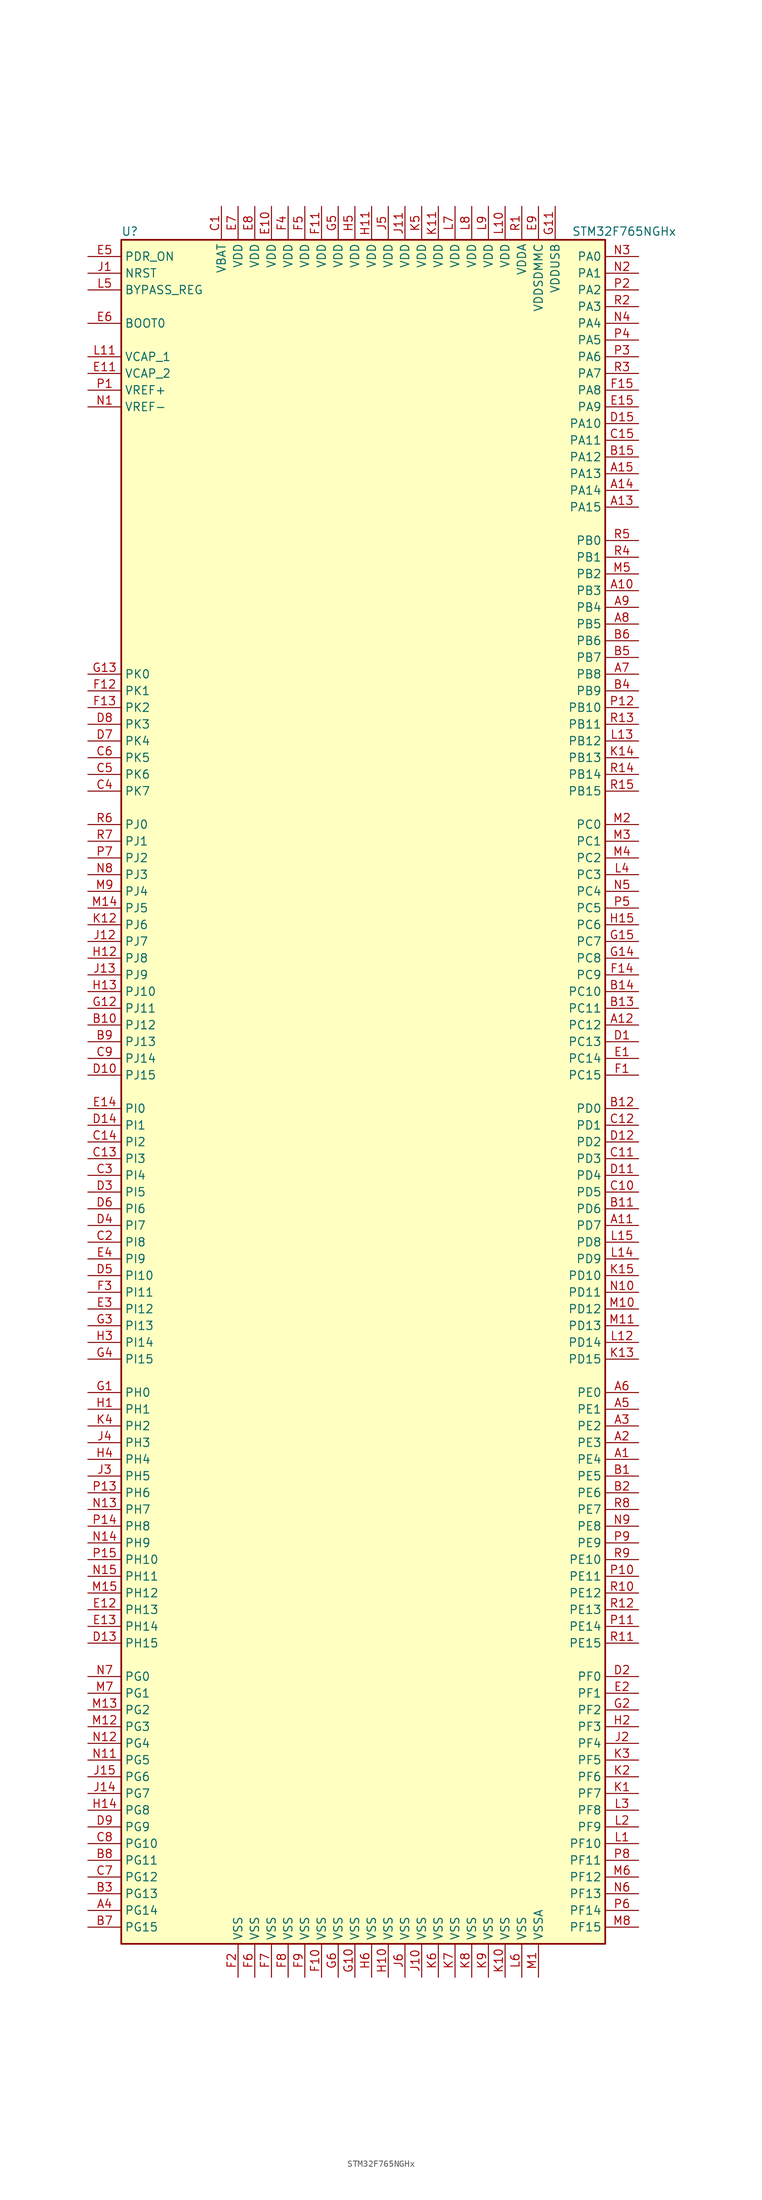
<source format=kicad_sym>
(kicad_symbol_lib
  (version 20201005)
  (generator kicad_symbol_editor)
  (symbol "STM32F765NGHx"
    (property "Reference" "U"
      (at -38.1 130.81 0)
      (effects (font (size 1.27 1.27)) (justify left)))
    (property "Value" "STM32F765NGHx"
      (at 30.48 130.81 0)
      (effects (font (size 1.27 1.27)) (justify left)))
    (symbol "STM32F765NGHx_0_1"
      (rectangle (start -38.1 -129.54) (end 35.56 129.54) (stroke (width 0.254)) (fill (type background))))
    (symbol "STM32F765NGHx_1_1"
      (pin input line (at -43.18 116.84 0) (length 5.08) (name "BOOT0" (effects (font (size 1.27 1.27)))) (number "E6" (effects (font (size 1.27 1.27)))))
      (pin input line (at -43.18 121.92 0) (length 5.08) (name "BYPASS_REG" (effects (font (size 1.27 1.27)))) (number "L5" (effects (font (size 1.27 1.27)))))
      (pin input line (at -43.18 124.46 0) (length 5.08) (name "NRST" (effects (font (size 1.27 1.27)))) (number "J1" (effects (font (size 1.27 1.27)))))
      (pin bidirectional line (at 40.64 127 180) (length 5.08) (name "PA0" (effects (font (size 1.27 1.27)))) (number "N3" (effects (font (size 1.27 1.27)))))
      (pin bidirectional line (at 40.64 124.46 180) (length 5.08) (name "PA1" (effects (font (size 1.27 1.27)))) (number "N2" (effects (font (size 1.27 1.27)))))
      (pin bidirectional line (at 40.64 101.6 180) (length 5.08) (name "PA10" (effects (font (size 1.27 1.27)))) (number "D15" (effects (font (size 1.27 1.27)))))
      (pin bidirectional line (at 40.64 99.06 180) (length 5.08) (name "PA11" (effects (font (size 1.27 1.27)))) (number "C15" (effects (font (size 1.27 1.27)))))
      (pin bidirectional line (at 40.64 96.52 180) (length 5.08) (name "PA12" (effects (font (size 1.27 1.27)))) (number "B15" (effects (font (size 1.27 1.27)))))
      (pin bidirectional line (at 40.64 93.98 180) (length 5.08) (name "PA13" (effects (font (size 1.27 1.27)))) (number "A15" (effects (font (size 1.27 1.27)))))
      (pin bidirectional line (at 40.64 91.44 180) (length 5.08) (name "PA14" (effects (font (size 1.27 1.27)))) (number "A14" (effects (font (size 1.27 1.27)))))
      (pin bidirectional line (at 40.64 88.9 180) (length 5.08) (name "PA15" (effects (font (size 1.27 1.27)))) (number "A13" (effects (font (size 1.27 1.27)))))
      (pin bidirectional line (at 40.64 121.92 180) (length 5.08) (name "PA2" (effects (font (size 1.27 1.27)))) (number "P2" (effects (font (size 1.27 1.27)))))
      (pin bidirectional line (at 40.64 119.38 180) (length 5.08) (name "PA3" (effects (font (size 1.27 1.27)))) (number "R2" (effects (font (size 1.27 1.27)))))
      (pin bidirectional line (at 40.64 116.84 180) (length 5.08) (name "PA4" (effects (font (size 1.27 1.27)))) (number "N4" (effects (font (size 1.27 1.27)))))
      (pin bidirectional line (at 40.64 114.3 180) (length 5.08) (name "PA5" (effects (font (size 1.27 1.27)))) (number "P4" (effects (font (size 1.27 1.27)))))
      (pin bidirectional line (at 40.64 111.76 180) (length 5.08) (name "PA6" (effects (font (size 1.27 1.27)))) (number "P3" (effects (font (size 1.27 1.27)))))
      (pin bidirectional line (at 40.64 109.22 180) (length 5.08) (name "PA7" (effects (font (size 1.27 1.27)))) (number "R3" (effects (font (size 1.27 1.27)))))
      (pin bidirectional line (at 40.64 106.68 180) (length 5.08) (name "PA8" (effects (font (size 1.27 1.27)))) (number "F15" (effects (font (size 1.27 1.27)))))
      (pin bidirectional line (at 40.64 104.14 180) (length 5.08) (name "PA9" (effects (font (size 1.27 1.27)))) (number "E15" (effects (font (size 1.27 1.27)))))
      (pin bidirectional line (at 40.64 83.82 180) (length 5.08) (name "PB0" (effects (font (size 1.27 1.27)))) (number "R5" (effects (font (size 1.27 1.27)))))
      (pin bidirectional line (at 40.64 81.28 180) (length 5.08) (name "PB1" (effects (font (size 1.27 1.27)))) (number "R4" (effects (font (size 1.27 1.27)))))
      (pin bidirectional line (at 40.64 58.42 180) (length 5.08) (name "PB10" (effects (font (size 1.27 1.27)))) (number "P12" (effects (font (size 1.27 1.27)))))
      (pin bidirectional line (at 40.64 55.88 180) (length 5.08) (name "PB11" (effects (font (size 1.27 1.27)))) (number "R13" (effects (font (size 1.27 1.27)))))
      (pin bidirectional line (at 40.64 53.34 180) (length 5.08) (name "PB12" (effects (font (size 1.27 1.27)))) (number "L13" (effects (font (size 1.27 1.27)))))
      (pin bidirectional line (at 40.64 50.8 180) (length 5.08) (name "PB13" (effects (font (size 1.27 1.27)))) (number "K14" (effects (font (size 1.27 1.27)))))
      (pin bidirectional line (at 40.64 48.26 180) (length 5.08) (name "PB14" (effects (font (size 1.27 1.27)))) (number "R14" (effects (font (size 1.27 1.27)))))
      (pin bidirectional line (at 40.64 45.72 180) (length 5.08) (name "PB15" (effects (font (size 1.27 1.27)))) (number "R15" (effects (font (size 1.27 1.27)))))
      (pin bidirectional line (at 40.64 78.74 180) (length 5.08) (name "PB2" (effects (font (size 1.27 1.27)))) (number "M5" (effects (font (size 1.27 1.27)))))
      (pin bidirectional line (at 40.64 76.2 180) (length 5.08) (name "PB3" (effects (font (size 1.27 1.27)))) (number "A10" (effects (font (size 1.27 1.27)))))
      (pin bidirectional line (at 40.64 73.66 180) (length 5.08) (name "PB4" (effects (font (size 1.27 1.27)))) (number "A9" (effects (font (size 1.27 1.27)))))
      (pin bidirectional line (at 40.64 71.12 180) (length 5.08) (name "PB5" (effects (font (size 1.27 1.27)))) (number "A8" (effects (font (size 1.27 1.27)))))
      (pin bidirectional line (at 40.64 68.58 180) (length 5.08) (name "PB6" (effects (font (size 1.27 1.27)))) (number "B6" (effects (font (size 1.27 1.27)))))
      (pin bidirectional line (at 40.64 66.04 180) (length 5.08) (name "PB7" (effects (font (size 1.27 1.27)))) (number "B5" (effects (font (size 1.27 1.27)))))
      (pin bidirectional line (at 40.64 63.5 180) (length 5.08) (name "PB8" (effects (font (size 1.27 1.27)))) (number "A7" (effects (font (size 1.27 1.27)))))
      (pin bidirectional line (at 40.64 60.96 180) (length 5.08) (name "PB9" (effects (font (size 1.27 1.27)))) (number "B4" (effects (font (size 1.27 1.27)))))
      (pin bidirectional line (at 40.64 40.64 180) (length 5.08) (name "PC0" (effects (font (size 1.27 1.27)))) (number "M2" (effects (font (size 1.27 1.27)))))
      (pin bidirectional line (at 40.64 38.1 180) (length 5.08) (name "PC1" (effects (font (size 1.27 1.27)))) (number "M3" (effects (font (size 1.27 1.27)))))
      (pin bidirectional line (at 40.64 15.24 180) (length 5.08) (name "PC10" (effects (font (size 1.27 1.27)))) (number "B14" (effects (font (size 1.27 1.27)))))
      (pin bidirectional line (at 40.64 12.7 180) (length 5.08) (name "PC11" (effects (font (size 1.27 1.27)))) (number "B13" (effects (font (size 1.27 1.27)))))
      (pin bidirectional line (at 40.64 10.16 180) (length 5.08) (name "PC12" (effects (font (size 1.27 1.27)))) (number "A12" (effects (font (size 1.27 1.27)))))
      (pin bidirectional line (at 40.64 7.62 180) (length 5.08) (name "PC13" (effects (font (size 1.27 1.27)))) (number "D1" (effects (font (size 1.27 1.27)))))
      (pin bidirectional line (at 40.64 5.08 180) (length 5.08) (name "PC14" (effects (font (size 1.27 1.27)))) (number "E1" (effects (font (size 1.27 1.27)))))
      (pin bidirectional line (at 40.64 2.54 180) (length 5.08) (name "PC15" (effects (font (size 1.27 1.27)))) (number "F1" (effects (font (size 1.27 1.27)))))
      (pin bidirectional line (at 40.64 35.56 180) (length 5.08) (name "PC2" (effects (font (size 1.27 1.27)))) (number "M4" (effects (font (size 1.27 1.27)))))
      (pin bidirectional line (at 40.64 33.02 180) (length 5.08) (name "PC3" (effects (font (size 1.27 1.27)))) (number "L4" (effects (font (size 1.27 1.27)))))
      (pin bidirectional line (at 40.64 30.48 180) (length 5.08) (name "PC4" (effects (font (size 1.27 1.27)))) (number "N5" (effects (font (size 1.27 1.27)))))
      (pin bidirectional line (at 40.64 27.94 180) (length 5.08) (name "PC5" (effects (font (size 1.27 1.27)))) (number "P5" (effects (font (size 1.27 1.27)))))
      (pin bidirectional line (at 40.64 25.4 180) (length 5.08) (name "PC6" (effects (font (size 1.27 1.27)))) (number "H15" (effects (font (size 1.27 1.27)))))
      (pin bidirectional line (at 40.64 22.86 180) (length 5.08) (name "PC7" (effects (font (size 1.27 1.27)))) (number "G15" (effects (font (size 1.27 1.27)))))
      (pin bidirectional line (at 40.64 20.32 180) (length 5.08) (name "PC8" (effects (font (size 1.27 1.27)))) (number "G14" (effects (font (size 1.27 1.27)))))
      (pin bidirectional line (at 40.64 17.78 180) (length 5.08) (name "PC9" (effects (font (size 1.27 1.27)))) (number "F14" (effects (font (size 1.27 1.27)))))
      (pin bidirectional line (at 40.64 -2.54 180) (length 5.08) (name "PD0" (effects (font (size 1.27 1.27)))) (number "B12" (effects (font (size 1.27 1.27)))))
      (pin bidirectional line (at 40.64 -5.08 180) (length 5.08) (name "PD1" (effects (font (size 1.27 1.27)))) (number "C12" (effects (font (size 1.27 1.27)))))
      (pin bidirectional line (at 40.64 -27.94 180) (length 5.08) (name "PD10" (effects (font (size 1.27 1.27)))) (number "K15" (effects (font (size 1.27 1.27)))))
      (pin bidirectional line (at 40.64 -30.48 180) (length 5.08) (name "PD11" (effects (font (size 1.27 1.27)))) (number "N10" (effects (font (size 1.27 1.27)))))
      (pin bidirectional line (at 40.64 -33.02 180) (length 5.08) (name "PD12" (effects (font (size 1.27 1.27)))) (number "M10" (effects (font (size 1.27 1.27)))))
      (pin bidirectional line (at 40.64 -35.56 180) (length 5.08) (name "PD13" (effects (font (size 1.27 1.27)))) (number "M11" (effects (font (size 1.27 1.27)))))
      (pin bidirectional line (at 40.64 -38.1 180) (length 5.08) (name "PD14" (effects (font (size 1.27 1.27)))) (number "L12" (effects (font (size 1.27 1.27)))))
      (pin bidirectional line (at 40.64 -40.64 180) (length 5.08) (name "PD15" (effects (font (size 1.27 1.27)))) (number "K13" (effects (font (size 1.27 1.27)))))
      (pin bidirectional line (at 40.64 -7.62 180) (length 5.08) (name "PD2" (effects (font (size 1.27 1.27)))) (number "D12" (effects (font (size 1.27 1.27)))))
      (pin bidirectional line (at 40.64 -10.16 180) (length 5.08) (name "PD3" (effects (font (size 1.27 1.27)))) (number "C11" (effects (font (size 1.27 1.27)))))
      (pin bidirectional line (at 40.64 -12.7 180) (length 5.08) (name "PD4" (effects (font (size 1.27 1.27)))) (number "D11" (effects (font (size 1.27 1.27)))))
      (pin bidirectional line (at 40.64 -15.24 180) (length 5.08) (name "PD5" (effects (font (size 1.27 1.27)))) (number "C10" (effects (font (size 1.27 1.27)))))
      (pin bidirectional line (at 40.64 -17.78 180) (length 5.08) (name "PD6" (effects (font (size 1.27 1.27)))) (number "B11" (effects (font (size 1.27 1.27)))))
      (pin bidirectional line (at 40.64 -20.32 180) (length 5.08) (name "PD7" (effects (font (size 1.27 1.27)))) (number "A11" (effects (font (size 1.27 1.27)))))
      (pin bidirectional line (at 40.64 -22.86 180) (length 5.08) (name "PD8" (effects (font (size 1.27 1.27)))) (number "L15" (effects (font (size 1.27 1.27)))))
      (pin bidirectional line (at 40.64 -25.4 180) (length 5.08) (name "PD9" (effects (font (size 1.27 1.27)))) (number "L14" (effects (font (size 1.27 1.27)))))
      (pin input line (at -43.18 127 0) (length 5.08) (name "PDR_ON" (effects (font (size 1.27 1.27)))) (number "E5" (effects (font (size 1.27 1.27)))))
      (pin bidirectional line (at 40.64 -45.72 180) (length 5.08) (name "PE0" (effects (font (size 1.27 1.27)))) (number "A6" (effects (font (size 1.27 1.27)))))
      (pin bidirectional line (at 40.64 -48.26 180) (length 5.08) (name "PE1" (effects (font (size 1.27 1.27)))) (number "A5" (effects (font (size 1.27 1.27)))))
      (pin bidirectional line (at 40.64 -71.12 180) (length 5.08) (name "PE10" (effects (font (size 1.27 1.27)))) (number "R9" (effects (font (size 1.27 1.27)))))
      (pin bidirectional line (at 40.64 -73.66 180) (length 5.08) (name "PE11" (effects (font (size 1.27 1.27)))) (number "P10" (effects (font (size 1.27 1.27)))))
      (pin bidirectional line (at 40.64 -76.2 180) (length 5.08) (name "PE12" (effects (font (size 1.27 1.27)))) (number "R10" (effects (font (size 1.27 1.27)))))
      (pin bidirectional line (at 40.64 -78.74 180) (length 5.08) (name "PE13" (effects (font (size 1.27 1.27)))) (number "R12" (effects (font (size 1.27 1.27)))))
      (pin bidirectional line (at 40.64 -81.28 180) (length 5.08) (name "PE14" (effects (font (size 1.27 1.27)))) (number "P11" (effects (font (size 1.27 1.27)))))
      (pin bidirectional line (at 40.64 -83.82 180) (length 5.08) (name "PE15" (effects (font (size 1.27 1.27)))) (number "R11" (effects (font (size 1.27 1.27)))))
      (pin bidirectional line (at 40.64 -50.8 180) (length 5.08) (name "PE2" (effects (font (size 1.27 1.27)))) (number "A3" (effects (font (size 1.27 1.27)))))
      (pin bidirectional line (at 40.64 -53.34 180) (length 5.08) (name "PE3" (effects (font (size 1.27 1.27)))) (number "A2" (effects (font (size 1.27 1.27)))))
      (pin bidirectional line (at 40.64 -55.88 180) (length 5.08) (name "PE4" (effects (font (size 1.27 1.27)))) (number "A1" (effects (font (size 1.27 1.27)))))
      (pin bidirectional line (at 40.64 -58.42 180) (length 5.08) (name "PE5" (effects (font (size 1.27 1.27)))) (number "B1" (effects (font (size 1.27 1.27)))))
      (pin bidirectional line (at 40.64 -60.96 180) (length 5.08) (name "PE6" (effects (font (size 1.27 1.27)))) (number "B2" (effects (font (size 1.27 1.27)))))
      (pin bidirectional line (at 40.64 -63.5 180) (length 5.08) (name "PE7" (effects (font (size 1.27 1.27)))) (number "R8" (effects (font (size 1.27 1.27)))))
      (pin bidirectional line (at 40.64 -66.04 180) (length 5.08) (name "PE8" (effects (font (size 1.27 1.27)))) (number "N9" (effects (font (size 1.27 1.27)))))
      (pin bidirectional line (at 40.64 -68.58 180) (length 5.08) (name "PE9" (effects (font (size 1.27 1.27)))) (number "P9" (effects (font (size 1.27 1.27)))))
      (pin bidirectional line (at 40.64 -88.9 180) (length 5.08) (name "PF0" (effects (font (size 1.27 1.27)))) (number "D2" (effects (font (size 1.27 1.27)))))
      (pin bidirectional line (at 40.64 -91.44 180) (length 5.08) (name "PF1" (effects (font (size 1.27 1.27)))) (number "E2" (effects (font (size 1.27 1.27)))))
      (pin bidirectional line (at 40.64 -114.3 180) (length 5.08) (name "PF10" (effects (font (size 1.27 1.27)))) (number "L1" (effects (font (size 1.27 1.27)))))
      (pin bidirectional line (at 40.64 -116.84 180) (length 5.08) (name "PF11" (effects (font (size 1.27 1.27)))) (number "P8" (effects (font (size 1.27 1.27)))))
      (pin bidirectional line (at 40.64 -119.38 180) (length 5.08) (name "PF12" (effects (font (size 1.27 1.27)))) (number "M6" (effects (font (size 1.27 1.27)))))
      (pin bidirectional line (at 40.64 -121.92 180) (length 5.08) (name "PF13" (effects (font (size 1.27 1.27)))) (number "N6" (effects (font (size 1.27 1.27)))))
      (pin bidirectional line (at 40.64 -124.46 180) (length 5.08) (name "PF14" (effects (font (size 1.27 1.27)))) (number "P6" (effects (font (size 1.27 1.27)))))
      (pin bidirectional line (at 40.64 -127 180) (length 5.08) (name "PF15" (effects (font (size 1.27 1.27)))) (number "M8" (effects (font (size 1.27 1.27)))))
      (pin bidirectional line (at 40.64 -93.98 180) (length 5.08) (name "PF2" (effects (font (size 1.27 1.27)))) (number "G2" (effects (font (size 1.27 1.27)))))
      (pin bidirectional line (at 40.64 -96.52 180) (length 5.08) (name "PF3" (effects (font (size 1.27 1.27)))) (number "H2" (effects (font (size 1.27 1.27)))))
      (pin bidirectional line (at 40.64 -99.06 180) (length 5.08) (name "PF4" (effects (font (size 1.27 1.27)))) (number "J2" (effects (font (size 1.27 1.27)))))
      (pin bidirectional line (at 40.64 -101.6 180) (length 5.08) (name "PF5" (effects (font (size 1.27 1.27)))) (number "K3" (effects (font (size 1.27 1.27)))))
      (pin bidirectional line (at 40.64 -104.14 180) (length 5.08) (name "PF6" (effects (font (size 1.27 1.27)))) (number "K2" (effects (font (size 1.27 1.27)))))
      (pin bidirectional line (at 40.64 -106.68 180) (length 5.08) (name "PF7" (effects (font (size 1.27 1.27)))) (number "K1" (effects (font (size 1.27 1.27)))))
      (pin bidirectional line (at 40.64 -109.22 180) (length 5.08) (name "PF8" (effects (font (size 1.27 1.27)))) (number "L3" (effects (font (size 1.27 1.27)))))
      (pin bidirectional line (at 40.64 -111.76 180) (length 5.08) (name "PF9" (effects (font (size 1.27 1.27)))) (number "L2" (effects (font (size 1.27 1.27)))))
      (pin bidirectional line (at -43.18 -88.9 0) (length 5.08) (name "PG0" (effects (font (size 1.27 1.27)))) (number "N7" (effects (font (size 1.27 1.27)))))
      (pin bidirectional line (at -43.18 -91.44 0) (length 5.08) (name "PG1" (effects (font (size 1.27 1.27)))) (number "M7" (effects (font (size 1.27 1.27)))))
      (pin bidirectional line (at -43.18 -114.3 0) (length 5.08) (name "PG10" (effects (font (size 1.27 1.27)))) (number "C8" (effects (font (size 1.27 1.27)))))
      (pin bidirectional line (at -43.18 -116.84 0) (length 5.08) (name "PG11" (effects (font (size 1.27 1.27)))) (number "B8" (effects (font (size 1.27 1.27)))))
      (pin bidirectional line (at -43.18 -119.38 0) (length 5.08) (name "PG12" (effects (font (size 1.27 1.27)))) (number "C7" (effects (font (size 1.27 1.27)))))
      (pin bidirectional line (at -43.18 -121.92 0) (length 5.08) (name "PG13" (effects (font (size 1.27 1.27)))) (number "B3" (effects (font (size 1.27 1.27)))))
      (pin bidirectional line (at -43.18 -124.46 0) (length 5.08) (name "PG14" (effects (font (size 1.27 1.27)))) (number "A4" (effects (font (size 1.27 1.27)))))
      (pin bidirectional line (at -43.18 -127 0) (length 5.08) (name "PG15" (effects (font (size 1.27 1.27)))) (number "B7" (effects (font (size 1.27 1.27)))))
      (pin bidirectional line (at -43.18 -93.98 0) (length 5.08) (name "PG2" (effects (font (size 1.27 1.27)))) (number "M13" (effects (font (size 1.27 1.27)))))
      (pin bidirectional line (at -43.18 -96.52 0) (length 5.08) (name "PG3" (effects (font (size 1.27 1.27)))) (number "M12" (effects (font (size 1.27 1.27)))))
      (pin bidirectional line (at -43.18 -99.06 0) (length 5.08) (name "PG4" (effects (font (size 1.27 1.27)))) (number "N12" (effects (font (size 1.27 1.27)))))
      (pin bidirectional line (at -43.18 -101.6 0) (length 5.08) (name "PG5" (effects (font (size 1.27 1.27)))) (number "N11" (effects (font (size 1.27 1.27)))))
      (pin bidirectional line (at -43.18 -104.14 0) (length 5.08) (name "PG6" (effects (font (size 1.27 1.27)))) (number "J15" (effects (font (size 1.27 1.27)))))
      (pin bidirectional line (at -43.18 -106.68 0) (length 5.08) (name "PG7" (effects (font (size 1.27 1.27)))) (number "J14" (effects (font (size 1.27 1.27)))))
      (pin bidirectional line (at -43.18 -109.22 0) (length 5.08) (name "PG8" (effects (font (size 1.27 1.27)))) (number "H14" (effects (font (size 1.27 1.27)))))
      (pin bidirectional line (at -43.18 -111.76 0) (length 5.08) (name "PG9" (effects (font (size 1.27 1.27)))) (number "D9" (effects (font (size 1.27 1.27)))))
      (pin input line (at -43.18 -45.72 0) (length 5.08) (name "PH0" (effects (font (size 1.27 1.27)))) (number "G1" (effects (font (size 1.27 1.27)))))
      (pin input line (at -43.18 -48.26 0) (length 5.08) (name "PH1" (effects (font (size 1.27 1.27)))) (number "H1" (effects (font (size 1.27 1.27)))))
      (pin bidirectional line (at -43.18 -71.12 0) (length 5.08) (name "PH10" (effects (font (size 1.27 1.27)))) (number "P15" (effects (font (size 1.27 1.27)))))
      (pin bidirectional line (at -43.18 -73.66 0) (length 5.08) (name "PH11" (effects (font (size 1.27 1.27)))) (number "N15" (effects (font (size 1.27 1.27)))))
      (pin bidirectional line (at -43.18 -76.2 0) (length 5.08) (name "PH12" (effects (font (size 1.27 1.27)))) (number "M15" (effects (font (size 1.27 1.27)))))
      (pin bidirectional line (at -43.18 -78.74 0) (length 5.08) (name "PH13" (effects (font (size 1.27 1.27)))) (number "E12" (effects (font (size 1.27 1.27)))))
      (pin bidirectional line (at -43.18 -81.28 0) (length 5.08) (name "PH14" (effects (font (size 1.27 1.27)))) (number "E13" (effects (font (size 1.27 1.27)))))
      (pin bidirectional line (at -43.18 -83.82 0) (length 5.08) (name "PH15" (effects (font (size 1.27 1.27)))) (number "D13" (effects (font (size 1.27 1.27)))))
      (pin bidirectional line (at -43.18 -50.8 0) (length 5.08) (name "PH2" (effects (font (size 1.27 1.27)))) (number "K4" (effects (font (size 1.27 1.27)))))
      (pin bidirectional line (at -43.18 -53.34 0) (length 5.08) (name "PH3" (effects (font (size 1.27 1.27)))) (number "J4" (effects (font (size 1.27 1.27)))))
      (pin bidirectional line (at -43.18 -55.88 0) (length 5.08) (name "PH4" (effects (font (size 1.27 1.27)))) (number "H4" (effects (font (size 1.27 1.27)))))
      (pin bidirectional line (at -43.18 -58.42 0) (length 5.08) (name "PH5" (effects (font (size 1.27 1.27)))) (number "J3" (effects (font (size 1.27 1.27)))))
      (pin bidirectional line (at -43.18 -60.96 0) (length 5.08) (name "PH6" (effects (font (size 1.27 1.27)))) (number "P13" (effects (font (size 1.27 1.27)))))
      (pin bidirectional line (at -43.18 -63.5 0) (length 5.08) (name "PH7" (effects (font (size 1.27 1.27)))) (number "N13" (effects (font (size 1.27 1.27)))))
      (pin bidirectional line (at -43.18 -66.04 0) (length 5.08) (name "PH8" (effects (font (size 1.27 1.27)))) (number "P14" (effects (font (size 1.27 1.27)))))
      (pin bidirectional line (at -43.18 -68.58 0) (length 5.08) (name "PH9" (effects (font (size 1.27 1.27)))) (number "N14" (effects (font (size 1.27 1.27)))))
      (pin bidirectional line (at -43.18 -2.54 0) (length 5.08) (name "PI0" (effects (font (size 1.27 1.27)))) (number "E14" (effects (font (size 1.27 1.27)))))
      (pin bidirectional line (at -43.18 -5.08 0) (length 5.08) (name "PI1" (effects (font (size 1.27 1.27)))) (number "D14" (effects (font (size 1.27 1.27)))))
      (pin bidirectional line (at -43.18 -27.94 0) (length 5.08) (name "PI10" (effects (font (size 1.27 1.27)))) (number "D5" (effects (font (size 1.27 1.27)))))
      (pin bidirectional line (at -43.18 -30.48 0) (length 5.08) (name "PI11" (effects (font (size 1.27 1.27)))) (number "F3" (effects (font (size 1.27 1.27)))))
      (pin bidirectional line (at -43.18 -33.02 0) (length 5.08) (name "PI12" (effects (font (size 1.27 1.27)))) (number "E3" (effects (font (size 1.27 1.27)))))
      (pin bidirectional line (at -43.18 -35.56 0) (length 5.08) (name "PI13" (effects (font (size 1.27 1.27)))) (number "G3" (effects (font (size 1.27 1.27)))))
      (pin bidirectional line (at -43.18 -38.1 0) (length 5.08) (name "PI14" (effects (font (size 1.27 1.27)))) (number "H3" (effects (font (size 1.27 1.27)))))
      (pin bidirectional line (at -43.18 -40.64 0) (length 5.08) (name "PI15" (effects (font (size 1.27 1.27)))) (number "G4" (effects (font (size 1.27 1.27)))))
      (pin bidirectional line (at -43.18 -7.62 0) (length 5.08) (name "PI2" (effects (font (size 1.27 1.27)))) (number "C14" (effects (font (size 1.27 1.27)))))
      (pin bidirectional line (at -43.18 -10.16 0) (length 5.08) (name "PI3" (effects (font (size 1.27 1.27)))) (number "C13" (effects (font (size 1.27 1.27)))))
      (pin bidirectional line (at -43.18 -12.7 0) (length 5.08) (name "PI4" (effects (font (size 1.27 1.27)))) (number "C3" (effects (font (size 1.27 1.27)))))
      (pin bidirectional line (at -43.18 -15.24 0) (length 5.08) (name "PI5" (effects (font (size 1.27 1.27)))) (number "D3" (effects (font (size 1.27 1.27)))))
      (pin bidirectional line (at -43.18 -17.78 0) (length 5.08) (name "PI6" (effects (font (size 1.27 1.27)))) (number "D6" (effects (font (size 1.27 1.27)))))
      (pin bidirectional line (at -43.18 -20.32 0) (length 5.08) (name "PI7" (effects (font (size 1.27 1.27)))) (number "D4" (effects (font (size 1.27 1.27)))))
      (pin bidirectional line (at -43.18 -22.86 0) (length 5.08) (name "PI8" (effects (font (size 1.27 1.27)))) (number "C2" (effects (font (size 1.27 1.27)))))
      (pin bidirectional line (at -43.18 -25.4 0) (length 5.08) (name "PI9" (effects (font (size 1.27 1.27)))) (number "E4" (effects (font (size 1.27 1.27)))))
      (pin bidirectional line (at -43.18 40.64 0) (length 5.08) (name "PJ0" (effects (font (size 1.27 1.27)))) (number "R6" (effects (font (size 1.27 1.27)))))
      (pin bidirectional line (at -43.18 38.1 0) (length 5.08) (name "PJ1" (effects (font (size 1.27 1.27)))) (number "R7" (effects (font (size 1.27 1.27)))))
      (pin bidirectional line (at -43.18 15.24 0) (length 5.08) (name "PJ10" (effects (font (size 1.27 1.27)))) (number "H13" (effects (font (size 1.27 1.27)))))
      (pin bidirectional line (at -43.18 12.7 0) (length 5.08) (name "PJ11" (effects (font (size 1.27 1.27)))) (number "G12" (effects (font (size 1.27 1.27)))))
      (pin bidirectional line (at -43.18 10.16 0) (length 5.08) (name "PJ12" (effects (font (size 1.27 1.27)))) (number "B10" (effects (font (size 1.27 1.27)))))
      (pin bidirectional line (at -43.18 7.62 0) (length 5.08) (name "PJ13" (effects (font (size 1.27 1.27)))) (number "B9" (effects (font (size 1.27 1.27)))))
      (pin bidirectional line (at -43.18 5.08 0) (length 5.08) (name "PJ14" (effects (font (size 1.27 1.27)))) (number "C9" (effects (font (size 1.27 1.27)))))
      (pin bidirectional line (at -43.18 2.54 0) (length 5.08) (name "PJ15" (effects (font (size 1.27 1.27)))) (number "D10" (effects (font (size 1.27 1.27)))))
      (pin bidirectional line (at -43.18 35.56 0) (length 5.08) (name "PJ2" (effects (font (size 1.27 1.27)))) (number "P7" (effects (font (size 1.27 1.27)))))
      (pin bidirectional line (at -43.18 33.02 0) (length 5.08) (name "PJ3" (effects (font (size 1.27 1.27)))) (number "N8" (effects (font (size 1.27 1.27)))))
      (pin bidirectional line (at -43.18 30.48 0) (length 5.08) (name "PJ4" (effects (font (size 1.27 1.27)))) (number "M9" (effects (font (size 1.27 1.27)))))
      (pin bidirectional line (at -43.18 27.94 0) (length 5.08) (name "PJ5" (effects (font (size 1.27 1.27)))) (number "M14" (effects (font (size 1.27 1.27)))))
      (pin bidirectional line (at -43.18 25.4 0) (length 5.08) (name "PJ6" (effects (font (size 1.27 1.27)))) (number "K12" (effects (font (size 1.27 1.27)))))
      (pin bidirectional line (at -43.18 22.86 0) (length 5.08) (name "PJ7" (effects (font (size 1.27 1.27)))) (number "J12" (effects (font (size 1.27 1.27)))))
      (pin bidirectional line (at -43.18 20.32 0) (length 5.08) (name "PJ8" (effects (font (size 1.27 1.27)))) (number "H12" (effects (font (size 1.27 1.27)))))
      (pin bidirectional line (at -43.18 17.78 0) (length 5.08) (name "PJ9" (effects (font (size 1.27 1.27)))) (number "J13" (effects (font (size 1.27 1.27)))))
      (pin bidirectional line (at -43.18 63.5 0) (length 5.08) (name "PK0" (effects (font (size 1.27 1.27)))) (number "G13" (effects (font (size 1.27 1.27)))))
      (pin bidirectional line (at -43.18 60.96 0) (length 5.08) (name "PK1" (effects (font (size 1.27 1.27)))) (number "F12" (effects (font (size 1.27 1.27)))))
      (pin bidirectional line (at -43.18 58.42 0) (length 5.08) (name "PK2" (effects (font (size 1.27 1.27)))) (number "F13" (effects (font (size 1.27 1.27)))))
      (pin bidirectional line (at -43.18 55.88 0) (length 5.08) (name "PK3" (effects (font (size 1.27 1.27)))) (number "D8" (effects (font (size 1.27 1.27)))))
      (pin bidirectional line (at -43.18 53.34 0) (length 5.08) (name "PK4" (effects (font (size 1.27 1.27)))) (number "D7" (effects (font (size 1.27 1.27)))))
      (pin bidirectional line (at -43.18 50.8 0) (length 5.08) (name "PK5" (effects (font (size 1.27 1.27)))) (number "C6" (effects (font (size 1.27 1.27)))))
      (pin bidirectional line (at -43.18 48.26 0) (length 5.08) (name "PK6" (effects (font (size 1.27 1.27)))) (number "C5" (effects (font (size 1.27 1.27)))))
      (pin bidirectional line (at -43.18 45.72 0) (length 5.08) (name "PK7" (effects (font (size 1.27 1.27)))) (number "C4" (effects (font (size 1.27 1.27)))))
      (pin power_in line (at -22.86 134.62 270) (length 5.08) (name "VBAT" (effects (font (size 1.27 1.27)))) (number "C1" (effects (font (size 1.27 1.27)))))
      (pin power_in line (at -43.18 111.76 0) (length 5.08) (name "VCAP_1" (effects (font (size 1.27 1.27)))) (number "L11" (effects (font (size 1.27 1.27)))))
      (pin power_in line (at -43.18 109.22 0) (length 5.08) (name "VCAP_2" (effects (font (size 1.27 1.27)))) (number "E11" (effects (font (size 1.27 1.27)))))
      (pin power_in line (at -15.24 134.62 270) (length 5.08) (name "VDD" (effects (font (size 1.27 1.27)))) (number "E10" (effects (font (size 1.27 1.27)))))
      (pin power_in line (at -20.32 134.62 270) (length 5.08) (name "VDD" (effects (font (size 1.27 1.27)))) (number "E7" (effects (font (size 1.27 1.27)))))
      (pin power_in line (at -17.78 134.62 270) (length 5.08) (name "VDD" (effects (font (size 1.27 1.27)))) (number "E8" (effects (font (size 1.27 1.27)))))
      (pin power_in line (at -7.62 134.62 270) (length 5.08) (name "VDD" (effects (font (size 1.27 1.27)))) (number "F11" (effects (font (size 1.27 1.27)))))
      (pin power_in line (at -12.7 134.62 270) (length 5.08) (name "VDD" (effects (font (size 1.27 1.27)))) (number "F4" (effects (font (size 1.27 1.27)))))
      (pin power_in line (at -10.16 134.62 270) (length 5.08) (name "VDD" (effects (font (size 1.27 1.27)))) (number "F5" (effects (font (size 1.27 1.27)))))
      (pin power_in line (at -5.08 134.62 270) (length 5.08) (name "VDD" (effects (font (size 1.27 1.27)))) (number "G5" (effects (font (size 1.27 1.27)))))
      (pin power_in line (at 0 134.62 270) (length 5.08) (name "VDD" (effects (font (size 1.27 1.27)))) (number "H11" (effects (font (size 1.27 1.27)))))
      (pin power_in line (at -2.54 134.62 270) (length 5.08) (name "VDD" (effects (font (size 1.27 1.27)))) (number "H5" (effects (font (size 1.27 1.27)))))
      (pin power_in line (at 5.08 134.62 270) (length 5.08) (name "VDD" (effects (font (size 1.27 1.27)))) (number "J11" (effects (font (size 1.27 1.27)))))
      (pin power_in line (at 2.54 134.62 270) (length 5.08) (name "VDD" (effects (font (size 1.27 1.27)))) (number "J5" (effects (font (size 1.27 1.27)))))
      (pin power_in line (at 10.16 134.62 270) (length 5.08) (name "VDD" (effects (font (size 1.27 1.27)))) (number "K11" (effects (font (size 1.27 1.27)))))
      (pin power_in line (at 7.62 134.62 270) (length 5.08) (name "VDD" (effects (font (size 1.27 1.27)))) (number "K5" (effects (font (size 1.27 1.27)))))
      (pin power_in line (at 20.32 134.62 270) (length 5.08) (name "VDD" (effects (font (size 1.27 1.27)))) (number "L10" (effects (font (size 1.27 1.27)))))
      (pin power_in line (at 12.7 134.62 270) (length 5.08) (name "VDD" (effects (font (size 1.27 1.27)))) (number "L7" (effects (font (size 1.27 1.27)))))
      (pin power_in line (at 15.24 134.62 270) (length 5.08) (name "VDD" (effects (font (size 1.27 1.27)))) (number "L8" (effects (font (size 1.27 1.27)))))
      (pin power_in line (at 17.78 134.62 270) (length 5.08) (name "VDD" (effects (font (size 1.27 1.27)))) (number "L9" (effects (font (size 1.27 1.27)))))
      (pin power_in line (at 22.86 134.62 270) (length 5.08) (name "VDDA" (effects (font (size 1.27 1.27)))) (number "R1" (effects (font (size 1.27 1.27)))))
      (pin power_in line (at 25.4 134.62 270) (length 5.08) (name "VDDSDMMC" (effects (font (size 1.27 1.27)))) (number "E9" (effects (font (size 1.27 1.27)))))
      (pin power_in line (at 27.94 134.62 270) (length 5.08) (name "VDDUSB" (effects (font (size 1.27 1.27)))) (number "G11" (effects (font (size 1.27 1.27)))))
      (pin power_in line (at -43.18 106.68 0) (length 5.08) (name "VREF+" (effects (font (size 1.27 1.27)))) (number "P1" (effects (font (size 1.27 1.27)))))
      (pin power_in line (at -43.18 104.14 0) (length 5.08) (name "VREF-" (effects (font (size 1.27 1.27)))) (number "N1" (effects (font (size 1.27 1.27)))))
      (pin power_in line (at -7.62 -134.62 90) (length 5.08) (name "VSS" (effects (font (size 1.27 1.27)))) (number "F10" (effects (font (size 1.27 1.27)))))
      (pin power_in line (at -20.32 -134.62 90) (length 5.08) (name "VSS" (effects (font (size 1.27 1.27)))) (number "F2" (effects (font (size 1.27 1.27)))))
      (pin power_in line (at -17.78 -134.62 90) (length 5.08) (name "VSS" (effects (font (size 1.27 1.27)))) (number "F6" (effects (font (size 1.27 1.27)))))
      (pin power_in line (at -15.24 -134.62 90) (length 5.08) (name "VSS" (effects (font (size 1.27 1.27)))) (number "F7" (effects (font (size 1.27 1.27)))))
      (pin power_in line (at -12.7 -134.62 90) (length 5.08) (name "VSS" (effects (font (size 1.27 1.27)))) (number "F8" (effects (font (size 1.27 1.27)))))
      (pin power_in line (at -10.16 -134.62 90) (length 5.08) (name "VSS" (effects (font (size 1.27 1.27)))) (number "F9" (effects (font (size 1.27 1.27)))))
      (pin power_in line (at -2.54 -134.62 90) (length 5.08) (name "VSS" (effects (font (size 1.27 1.27)))) (number "G10" (effects (font (size 1.27 1.27)))))
      (pin power_in line (at -5.08 -134.62 90) (length 5.08) (name "VSS" (effects (font (size 1.27 1.27)))) (number "G6" (effects (font (size 1.27 1.27)))))
      (pin power_in line (at 2.54 -134.62 90) (length 5.08) (name "VSS" (effects (font (size 1.27 1.27)))) (number "H10" (effects (font (size 1.27 1.27)))))
      (pin power_in line (at 0 -134.62 90) (length 5.08) (name "VSS" (effects (font (size 1.27 1.27)))) (number "H6" (effects (font (size 1.27 1.27)))))
      (pin power_in line (at 7.62 -134.62 90) (length 5.08) (name "VSS" (effects (font (size 1.27 1.27)))) (number "J10" (effects (font (size 1.27 1.27)))))
      (pin power_in line (at 5.08 -134.62 90) (length 5.08) (name "VSS" (effects (font (size 1.27 1.27)))) (number "J6" (effects (font (size 1.27 1.27)))))
      (pin power_in line (at 20.32 -134.62 90) (length 5.08) (name "VSS" (effects (font (size 1.27 1.27)))) (number "K10" (effects (font (size 1.27 1.27)))))
      (pin power_in line (at 10.16 -134.62 90) (length 5.08) (name "VSS" (effects (font (size 1.27 1.27)))) (number "K6" (effects (font (size 1.27 1.27)))))
      (pin power_in line (at 12.7 -134.62 90) (length 5.08) (name "VSS" (effects (font (size 1.27 1.27)))) (number "K7" (effects (font (size 1.27 1.27)))))
      (pin power_in line (at 15.24 -134.62 90) (length 5.08) (name "VSS" (effects (font (size 1.27 1.27)))) (number "K8" (effects (font (size 1.27 1.27)))))
      (pin power_in line (at 17.78 -134.62 90) (length 5.08) (name "VSS" (effects (font (size 1.27 1.27)))) (number "K9" (effects (font (size 1.27 1.27)))))
      (pin power_in line (at 22.86 -134.62 90) (length 5.08) (name "VSS" (effects (font (size 1.27 1.27)))) (number "L6" (effects (font (size 1.27 1.27)))))
      (pin power_in line (at 25.4 -134.62 90) (length 5.08) (name "VSSA" (effects (font (size 1.27 1.27)))) (number "M1" (effects (font (size 1.27 1.27))))))))
</source>
